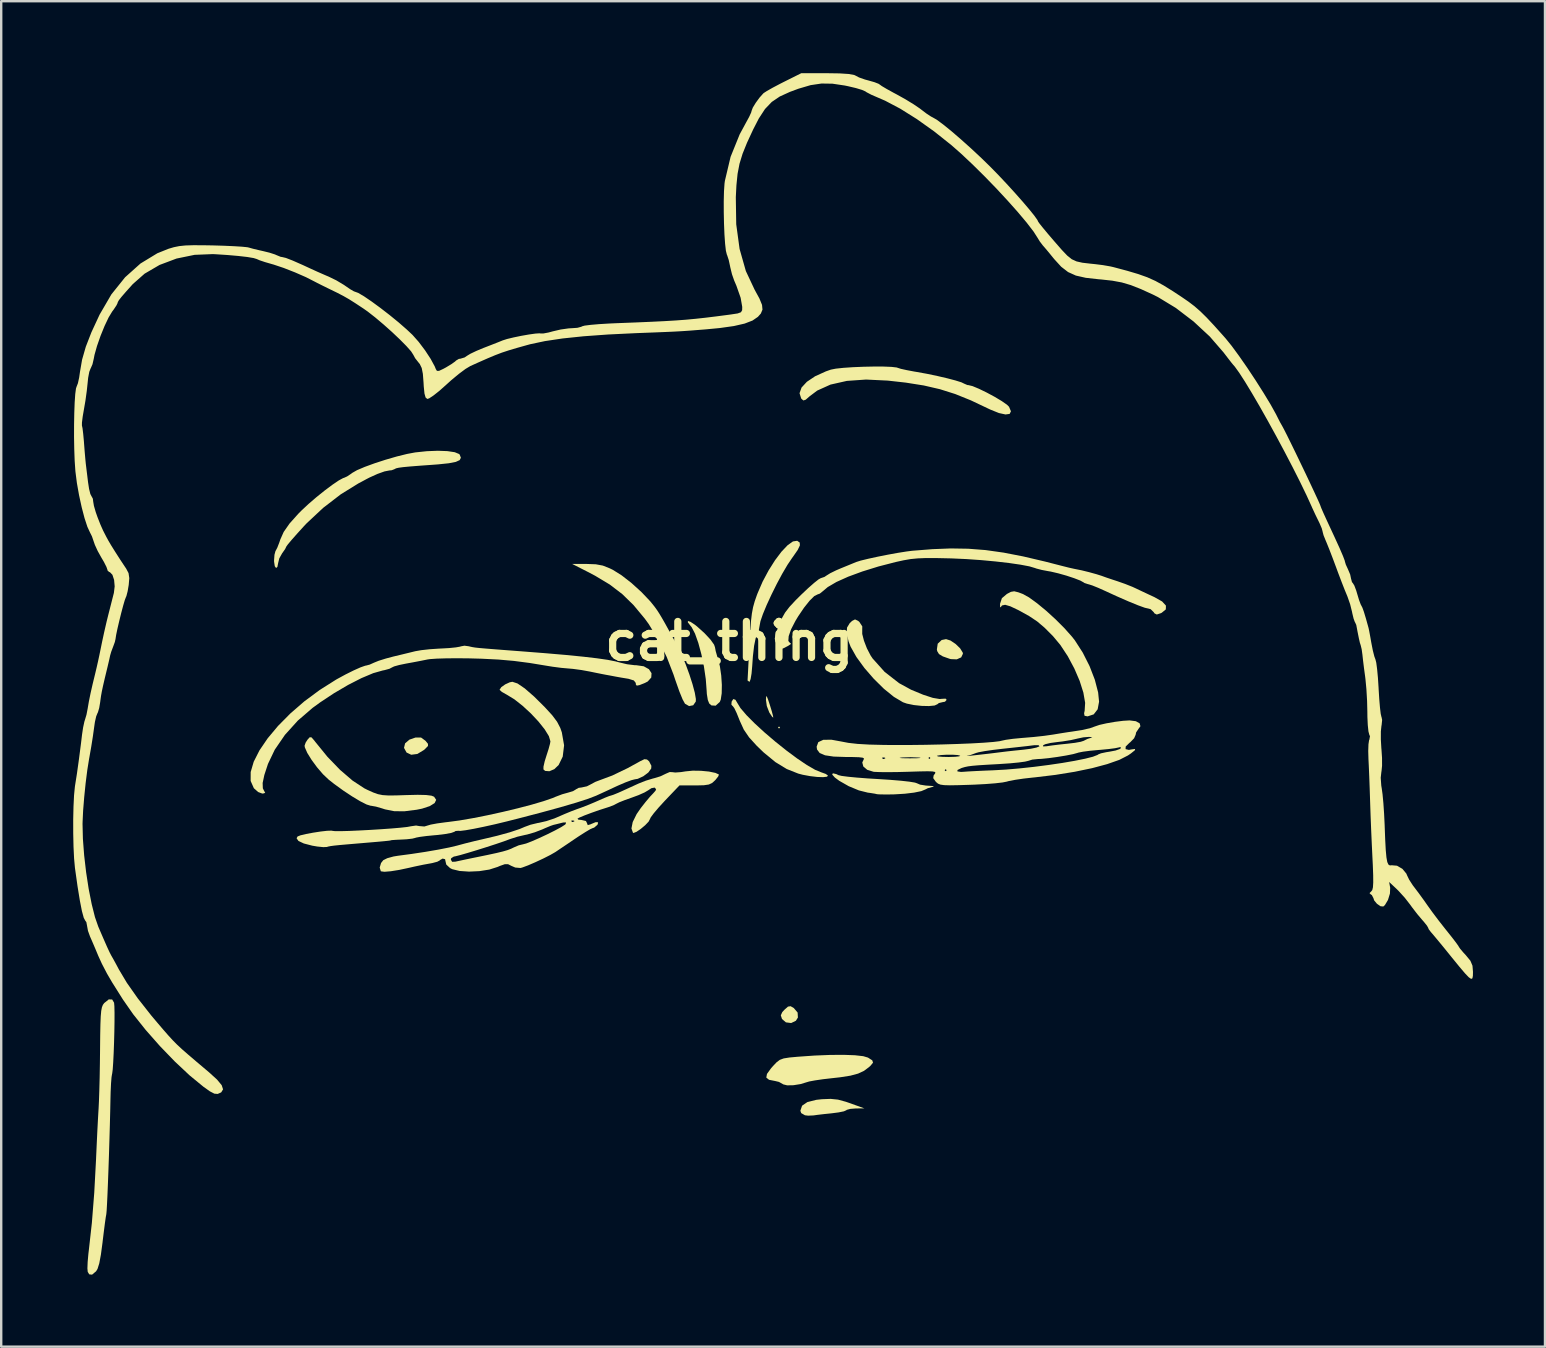
<source format=kicad_pcb>
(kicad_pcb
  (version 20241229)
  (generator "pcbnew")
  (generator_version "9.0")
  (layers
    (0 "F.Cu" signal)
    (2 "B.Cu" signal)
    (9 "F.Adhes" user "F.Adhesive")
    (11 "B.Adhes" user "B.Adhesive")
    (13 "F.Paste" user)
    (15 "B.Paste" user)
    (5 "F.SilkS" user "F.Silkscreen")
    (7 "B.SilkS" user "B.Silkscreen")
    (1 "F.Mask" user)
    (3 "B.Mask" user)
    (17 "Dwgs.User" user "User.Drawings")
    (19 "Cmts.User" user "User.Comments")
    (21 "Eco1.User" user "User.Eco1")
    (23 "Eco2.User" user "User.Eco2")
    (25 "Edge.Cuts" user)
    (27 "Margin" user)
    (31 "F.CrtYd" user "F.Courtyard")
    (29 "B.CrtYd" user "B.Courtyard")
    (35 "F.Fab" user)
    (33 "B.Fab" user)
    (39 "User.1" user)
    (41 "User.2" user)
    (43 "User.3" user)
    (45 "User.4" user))
  (footprint "cat_thing"
    (layer "F.Cu")
    (at 27.334 23.664)
    (property "Reference" "cat_thing" (at 0 0 0) (layer "F.SilkS") (effects (font (size 1.5 1.5) (thickness 0.3))))
    (attr board_only exclude_from_pos_files exclude_from_bom)
    (fp_poly (pts (xy 2.117 3.598) (xy 2.074 3.641) (xy 2.032 3.598) (xy 2.074 3.556)) (stroke (width 0) (type solid)) (fill yes) (layer "F.SilkS"))
    (fp_poly (pts (xy 1.613 2.419) (xy 1.694 2.664) (xy 1.775 2.929) (xy 1.825 3.12) (xy 1.833 3.19) (xy 1.781 3.141) (xy 1.682 2.993) (xy 1.668 2.969) (xy 1.565 2.702) (xy 1.529 2.442) (xy 1.537 2.308) (xy 1.561 2.296)) (stroke (width 0) (type solid)) (fill yes) (layer "F.SilkS"))
    (fp_poly (pts (xy -12.84 4.016) (xy -12.657 4.15) (xy -12.553 4.277) (xy -12.552 4.367) (xy -12.664 4.483) (xy -12.727 4.538) (xy -12.995 4.7) (xy -13.251 4.733) (xy -13.445 4.64) (xy -13.551 4.446) (xy -13.506 4.258) (xy -13.325 4.103) (xy -13.071 4.015)) (stroke (width 0) (type solid)) (fill yes) (layer "F.SilkS"))
    (fp_poly (pts (xy 2.69 15.287) (xy 2.849 15.474) (xy 2.861 15.681) (xy 2.777 15.816) (xy 2.58 15.911) (xy 2.362 15.883) (xy 2.199 15.744) (xy 2.196 15.737) (xy 2.149 15.59) (xy 2.21 15.455) (xy 2.301 15.356) (xy 2.448 15.226) (xy 2.558 15.21)) (stroke (width 0) (type solid)) (fill yes) (layer "F.SilkS"))
    (fp_poly (pts (xy 9.219 -0.026) (xy 9.433 0.118) (xy 9.621 0.301) (xy 9.728 0.475) (xy 9.737 0.523) (xy 9.664 0.676) (xy 9.48 0.758) (xy 9.234 0.749) (xy 9.186 0.736) (xy 8.899 0.635) (xy 8.739 0.538) (xy 8.665 0.416) (xy 8.651 0.347) (xy 8.686 0.106) (xy 8.851 -0.048) (xy 9.034 -0.085)) (stroke (width 0) (type solid)) (fill yes) (layer "F.SilkS"))
    (fp_poly (pts (xy 4.53 19.102) (xy 4.861 19.192) (xy 5.038 19.253) (xy 5.63 19.467) (xy 5.275 19.47) (xy 5.045 19.488) (xy 4.897 19.528) (xy 4.876 19.546) (xy 4.775 19.59) (xy 4.553 19.635) (xy 4.258 19.673) (xy 4.257 19.673) (xy 3.938 19.706) (xy 3.667 19.738) (xy 3.514 19.76) (xy 3.288 19.77) (xy 3.154 19.754) (xy 2.999 19.664) (xy 2.963 19.565) (xy 3.035 19.355) (xy 3.254 19.205) (xy 3.626 19.111) (xy 3.861 19.085) (xy 4.226 19.071)) (stroke (width 0) (type solid)) (fill yes) (layer "F.SilkS"))
    (fp_poly (pts (xy -1.614 -0.805) (xy -1.429 -0.683) (xy -1.343 -0.614) (xy -1.029 -0.331) (xy -0.784 -0.068) (xy -0.632 0.145) (xy -0.594 0.254) (xy -0.565 0.411) (xy -0.498 0.646) (xy -0.473 0.72) (xy -0.39 1.045) (xy -0.334 1.428) (xy -0.308 1.82) (xy -0.314 2.173) (xy -0.354 2.437) (xy -0.395 2.534) (xy -0.566 2.688) (xy -0.74 2.678) (xy -0.835 2.596) (xy -0.893 2.449) (xy -0.933 2.203) (xy -0.941 2.067) (xy -0.978 1.579) (xy -1.054 1.06) (xy -1.161 0.546) (xy -1.288 0.076) (xy -1.426 -0.313) (xy -1.567 -0.583) (xy -1.612 -0.638) (xy -1.726 -0.785) (xy -1.72 -0.84)) (stroke (width 0) (type solid)) (fill yes) (layer "F.SilkS"))
    (fp_poly (pts (xy -8.822 1.763) (xy -8.518 1.97) (xy -8.126 2.312) (xy -7.683 2.752) (xy -7.377 3.086) (xy -7.173 3.358) (xy -7.04 3.614) (xy -6.975 3.801) (xy -6.881 4.34) (xy -6.938 4.811) (xy -7.109 5.161) (xy -7.289 5.333) (xy -7.494 5.42) (xy -7.671 5.406) (xy -7.741 5.344) (xy -7.74 5.23) (xy -7.69 5.009) (xy -7.619 4.78) (xy -7.529 4.5) (xy -7.468 4.275) (xy -7.451 4.173) (xy -7.515 3.958) (xy -7.69 3.674) (xy -7.949 3.349) (xy -8.264 3.013) (xy -8.608 2.695) (xy -8.953 2.423) (xy -9.274 2.227) (xy -9.292 2.218) (xy -9.473 2.115) (xy -9.565 2.031) (xy -9.567 2.021) (xy -9.498 1.917) (xy -9.335 1.801) (xy -9.145 1.714) (xy -9.035 1.693)) (stroke (width 0) (type solid)) (fill yes) (layer "F.SilkS"))
    (fp_poly (pts (xy 0.257 2.441) (xy 0.332 2.566) (xy 0.467 2.788) (xy 0.718 3.082) (xy 1.06 3.426) (xy 1.466 3.799) (xy 1.912 4.18) (xy 2.372 4.548) (xy 2.821 4.882) (xy 3.232 5.16) (xy 3.581 5.362) (xy 3.832 5.464) (xy 4.018 5.531) (xy 4.112 5.597) (xy 4.076 5.647) (xy 3.914 5.666) (xy 3.665 5.658) (xy 3.368 5.623) (xy 3.063 5.567) (xy 2.876 5.518) (xy 2.393 5.326) (xy 1.922 5.038) (xy 1.429 4.632) (xy 1.144 4.357) (xy 0.827 4.008) (xy 0.606 3.684) (xy 0.437 3.314) (xy 0.423 3.278) (xy 0.311 3) (xy 0.214 2.797) (xy 0.152 2.711) (xy 0.148 2.71) (xy 0.09 2.647) (xy 0.099 2.52) (xy 0.166 2.415) (xy 0.169 2.413)) (stroke (width 0) (type solid)) (fill yes) (layer "F.SilkS"))
    (fp_poly (pts (xy 5.235 17.253) (xy 5.582 17.292) (xy 5.779 17.35) (xy 5.959 17.465) (xy 5.991 17.563) (xy 5.881 17.695) (xy 5.821 17.749) (xy 5.613 17.904) (xy 5.368 18.018) (xy 5.049 18.104) (xy 4.621 18.171) (xy 4.291 18.208) (xy 3.907 18.252) (xy 3.573 18.301) (xy 3.332 18.346) (xy 3.25 18.37) (xy 2.973 18.454) (xy 2.675 18.502) (xy 2.413 18.507) (xy 2.244 18.465) (xy 2.228 18.452) (xy 2.07 18.364) (xy 1.916 18.327) (xy 1.658 18.276) (xy 1.544 18.184) (xy 1.572 18.031) (xy 1.738 17.801) (xy 1.821 17.706) (xy 1.972 17.547) (xy 2.105 17.446) (xy 2.268 17.385) (xy 2.508 17.347) (xy 2.858 17.315) (xy 3.554 17.266) (xy 4.198 17.24) (xy 4.766 17.236)) (stroke (width 0) (type solid)) (fill yes) (layer "F.SilkS"))
    (fp_poly (pts (xy 4.459 5.538) (xy 4.552 5.583) (xy 4.681 5.614) (xy 4.95 5.649) (xy 5.326 5.685) (xy 5.781 5.72) (xy 6.212 5.746) (xy 6.719 5.779) (xy 7.16 5.816) (xy 7.509 5.855) (xy 7.738 5.893) (xy 7.817 5.92) (xy 7.952 5.978) (xy 8.185 6.016) (xy 8.293 6.023) (xy 8.486 6.036) (xy 8.526 6.057) (xy 8.467 6.073) (xy 8.271 6.128) (xy 8.17 6.179) (xy 8.001 6.249) (xy 7.703 6.31) (xy 7.317 6.357) (xy 6.884 6.383) (xy 6.745 6.386) (xy 6.454 6.387) (xy 6.24 6.383) (xy 6.149 6.375) (xy 6.149 6.374) (xy 6.062 6.354) (xy 5.865 6.323) (xy 5.773 6.311) (xy 5.4 6.218) (xy 4.979 6.043) (xy 4.585 5.819) (xy 4.402 5.684) (xy 4.29 5.559) (xy 4.317 5.505)) (stroke (width 0) (type solid)) (fill yes) (layer "F.SilkS"))
    (fp_poly (pts (xy 5.368 -0.847) (xy 5.421 -0.802) (xy 5.543 -0.616) (xy 5.541 -0.492) (xy 5.541 -0.3) (xy 5.613 -0.019) (xy 5.735 0.298) (xy 5.89 0.597) (xy 5.972 0.72) (xy 6.474 1.28) (xy 7.077 1.75) (xy 7.578 2.024) (xy 8.08 2.232) (xy 8.482 2.363) (xy 8.767 2.411) (xy 8.857 2.403) (xy 9.016 2.395) (xy 9.059 2.446) (xy 8.989 2.523) (xy 8.895 2.54) (xy 8.733 2.579) (xy 8.678 2.625) (xy 8.558 2.681) (xy 8.321 2.704) (xy 8.017 2.697) (xy 7.693 2.662) (xy 7.4 2.602) (xy 7.239 2.546) (xy 6.86 2.321) (xy 6.444 1.984) (xy 6.024 1.57) (xy 5.631 1.117) (xy 5.298 0.659) (xy 5.058 0.232) (xy 4.97 0.005) (xy 4.894 -0.33) (xy 4.908 -0.566) (xy 5.02 -0.751) (xy 5.119 -0.844) (xy 5.241 -0.906)) (stroke (width 0) (type solid)) (fill yes) (layer "F.SilkS"))
    (fp_poly (pts (xy -5.56 -3.203) (xy -5.268 -3.149) (xy -4.978 -3.034) (xy -4.845 -2.969) (xy -4.482 -2.741) (xy -4.069 -2.419) (xy -3.657 -2.045) (xy -3.293 -1.662) (xy -3.113 -1.439) (xy -3.017 -1.306) (xy -2.921 -1.16) (xy -2.809 -0.974) (xy -2.666 -0.724) (xy -2.478 -0.382) (xy -2.228 0.076) (xy -2.154 0.212) (xy -1.986 0.556) (xy -1.817 0.96) (xy -1.661 1.385) (xy -1.53 1.793) (xy -1.435 2.148) (xy -1.39 2.411) (xy -1.394 2.516) (xy -1.501 2.671) (xy -1.673 2.705) (xy -1.842 2.608) (xy -1.846 2.603) (xy -1.942 2.429) (xy -2.078 2.096) (xy -2.25 1.608) (xy -2.32 1.397) (xy -2.606 0.657) (xy -2.963 -0.07) (xy -3.358 -0.717) (xy -3.519 -0.938) (xy -3.986 -1.501) (xy -4.456 -1.96) (xy -4.975 -2.357) (xy -5.591 -2.727) (xy -5.918 -2.899) (xy -6.544 -3.217) (xy -5.937 -3.217)) (stroke (width 0) (type solid)) (fill yes) (layer "F.SilkS"))
    (fp_poly (pts (xy 12.044 -2.036) (xy 12.228 -1.967) (xy 12.489 -1.824) (xy 12.825 -1.58) (xy 13.206 -1.266) (xy 13.596 -0.91) (xy 13.964 -0.542) (xy 14.277 -0.19) (xy 14.4 -0.034) (xy 14.728 0.476) (xy 15.012 1.038) (xy 15.232 1.607) (xy 15.37 2.137) (xy 15.409 2.522) (xy 15.35 2.838) (xy 15.186 3.05) (xy 14.938 3.132) (xy 14.923 3.133) (xy 14.803 3.108) (xy 14.785 3.003) (xy 14.808 2.902) (xy 14.829 2.571) (xy 14.755 2.144) (xy 14.6 1.655) (xy 14.378 1.139) (xy 14.105 0.628) (xy 13.795 0.158) (xy 13.488 -0.21) (xy 13.14 -0.559) (xy 12.83 -0.822) (xy 12.494 -1.046) (xy 12.068 -1.282) (xy 12.045 -1.294) (xy 11.714 -1.451) (xy 11.496 -1.515) (xy 11.365 -1.488) (xy 11.313 -1.418) (xy 11.286 -1.413) (xy 11.283 -1.544) (xy 11.285 -1.562) (xy 11.36 -1.79) (xy 11.569 -1.967) (xy 11.737 -2.055) (xy 11.872 -2.078)) (stroke (width 0) (type solid)) (fill yes) (layer "F.SilkS"))
    (fp_poly (pts (xy -17.404 4.009) (xy -17.293 4.136) (xy -17.251 4.191) (xy -16.742 4.817) (xy -16.214 5.364) (xy -15.694 5.81) (xy -15.207 6.13) (xy -15.071 6.198) (xy -14.833 6.305) (xy -14.637 6.375) (xy -14.441 6.414) (xy -14.201 6.43) (xy -13.873 6.427) (xy -13.482 6.414) (xy -12.983 6.402) (xy -12.632 6.41) (xy -12.407 6.438) (xy -12.297 6.482) (xy -12.21 6.612) (xy -12.275 6.746) (xy -12.476 6.872) (xy -12.798 6.978) (xy -13.025 7.024) (xy -13.541 7.089) (xy -13.96 7.084) (xy -14.342 7.008) (xy -14.468 6.967) (xy -14.716 6.895) (xy -14.923 6.858) (xy -14.944 6.857) (xy -15.111 6.805) (xy -15.379 6.669) (xy -15.715 6.467) (xy -16.086 6.221) (xy -16.46 5.95) (xy -16.69 5.769) (xy -16.928 5.543) (xy -17.175 5.255) (xy -17.402 4.946) (xy -17.581 4.657) (xy -17.682 4.428) (xy -17.694 4.355) (xy -17.648 4.224) (xy -17.568 4.101) (xy -17.479 4.003)) (stroke (width 0) (type solid)) (fill yes) (layer "F.SilkS"))
    (fp_poly (pts (xy 2.836 -4.179) (xy 2.936 -4.109) (xy 2.944 -3.991) (xy 2.853 -3.801) (xy 2.655 -3.515) (xy 2.618 -3.465) (xy 2.425 -3.178) (xy 2.206 -2.805) (xy 1.978 -2.38) (xy 1.758 -1.936) (xy 1.56 -1.508) (xy 1.403 -1.129) (xy 1.301 -0.833) (xy 1.27 -0.669) (xy 1.23 -0.447) (xy 1.184 -0.336) (xy 1.1 -0.12) (xy 1.036 0.193) (xy 0.986 0.628) (xy 0.957 1.037) (xy 0.93 1.346) (xy 0.891 1.577) (xy 0.85 1.689) (xy 0.84 1.693) (xy 0.765 1.642) (xy 0.764 1.63) (xy 0.769 1.528) (xy 0.782 1.286) (xy 0.8 0.934) (xy 0.823 0.499) (xy 0.843 0.127) (xy 0.874 -0.42) (xy 0.906 -0.835) (xy 0.944 -1.156) (xy 0.994 -1.419) (xy 1.062 -1.663) (xy 1.154 -1.925) (xy 1.182 -1.998) (xy 1.392 -2.483) (xy 1.64 -2.947) (xy 1.906 -3.369) (xy 2.175 -3.726) (xy 2.43 -3.995) (xy 2.654 -4.155) (xy 2.829 -4.182)) (stroke (width 0) (type solid)) (fill yes) (layer "F.SilkS"))
    (fp_poly (pts (xy 6.43 -11.441) (xy 6.758 -11.428) (xy 6.975 -11.403) (xy 7.033 -11.384) (xy 7.153 -11.346) (xy 7.394 -11.293) (xy 7.711 -11.233) (xy 7.814 -11.216) (xy 8.239 -11.139) (xy 8.673 -11.048) (xy 9.081 -10.953) (xy 9.426 -10.862) (xy 9.675 -10.784) (xy 9.788 -10.729) (xy 9.921 -10.672) (xy 9.967 -10.668) (xy 10.138 -10.626) (xy 10.405 -10.515) (xy 10.726 -10.359) (xy 11.057 -10.181) (xy 11.353 -10.004) (xy 11.571 -9.852) (xy 11.657 -9.767) (xy 11.737 -9.577) (xy 11.683 -9.469) (xy 11.51 -9.445) (xy 11.235 -9.505) (xy 10.871 -9.652) (xy 10.787 -9.692) (xy 10.07 -10.032) (xy 9.417 -10.296) (xy 8.778 -10.498) (xy 8.107 -10.653) (xy 7.356 -10.772) (xy 6.608 -10.856) (xy 5.7 -10.9) (xy 4.901 -10.844) (xy 4.219 -10.69) (xy 3.665 -10.44) (xy 3.35 -10.203) (xy 3.187 -10.061) (xy 3.091 -10.028) (xy 3.014 -10.092) (xy 2.996 -10.116) (xy 2.929 -10.332) (xy 3.013 -10.567) (xy 3.234 -10.806) (xy 3.576 -11.036) (xy 4.025 -11.24) (xy 4.233 -11.313) (xy 4.439 -11.354) (xy 4.759 -11.388) (xy 5.156 -11.415) (xy 5.591 -11.433) (xy 6.029 -11.442)) (stroke (width 0) (type solid)) (fill yes) (layer "F.SilkS"))
    (fp_poly (pts (xy -25.711 14.929) (xy -25.631 15.063) (xy -25.618 15.209) (xy -25.612 15.484) (xy -25.613 15.854) (xy -25.62 16.28) (xy -25.632 16.729) (xy -25.648 17.162) (xy -25.667 17.545) (xy -25.687 17.84) (xy -25.709 18.013) (xy -25.715 18.034) (xy -25.737 18.168) (xy -25.758 18.43) (xy -25.774 18.777) (xy -25.781 19.05) (xy -25.792 19.582) (xy -25.807 20.169) (xy -25.825 20.785) (xy -25.844 21.406) (xy -25.865 22.007) (xy -25.886 22.565) (xy -25.906 23.055) (xy -25.925 23.452) (xy -25.941 23.732) (xy -25.954 23.87) (xy -25.955 23.876) (xy -25.978 24.006) (xy -26.015 24.267) (xy -26.06 24.621) (xy -26.11 25.031) (xy -26.111 25.047) (xy -26.18 25.562) (xy -26.248 25.925) (xy -26.321 26.157) (xy -26.38 26.254) (xy -26.548 26.395) (xy -26.666 26.382) (xy -26.729 26.277) (xy -26.742 26.135) (xy -26.732 25.871) (xy -26.702 25.533) (xy -26.682 25.367) (xy -26.556 24.235) (xy -26.457 22.983) (xy -26.382 21.588) (xy -26.379 21.505) (xy -26.355 20.978) (xy -26.33 20.442) (xy -26.304 19.951) (xy -26.282 19.56) (xy -26.276 19.473) (xy -26.261 19.16) (xy -26.246 18.717) (xy -26.232 18.187) (xy -26.222 17.609) (xy -26.215 17.024) (xy -26.215 17.004) (xy -26.209 16.41) (xy -26.2 15.962) (xy -26.187 15.637) (xy -26.167 15.409) (xy -26.138 15.257) (xy -26.098 15.155) (xy -26.044 15.081) (xy -26.041 15.078) (xy -25.854 14.927)) (stroke (width 0) (type solid)) (fill yes) (layer "F.SilkS"))
    (fp_poly (pts (xy -11.741 -7.918) (xy -11.435 -7.872) (xy -11.254 -7.797) (xy -11.23 -7.77) (xy -11.181 -7.642) (xy -11.23 -7.544) (xy -11.393 -7.469) (xy -11.686 -7.412) (xy -12.126 -7.366) (xy -12.339 -7.35) (xy -12.892 -7.31) (xy -13.3 -7.278) (xy -13.586 -7.251) (xy -13.771 -7.226) (xy -13.88 -7.201) (xy -13.937 -7.173) (xy -13.944 -7.167) (xy -14.066 -7.121) (xy -14.162 -7.112) (xy -14.365 -7.072) (xy -14.662 -6.966) (xy -14.998 -6.813) (xy -15.113 -6.753) (xy -15.336 -6.633) (xy -15.452 -6.572) (xy -16.186 -6.118) (xy -16.92 -5.553) (xy -17.596 -4.922) (xy -17.724 -4.787) (xy -18 -4.483) (xy -18.229 -4.224) (xy -18.388 -4.035) (xy -18.456 -3.94) (xy -18.457 -3.936) (xy -18.505 -3.836) (xy -18.62 -3.673) (xy -18.627 -3.664) (xy -18.748 -3.448) (xy -18.796 -3.248) (xy -18.826 -3.095) (xy -18.881 -3.048) (xy -18.935 -3.123) (xy -18.964 -3.309) (xy -18.965 -3.37) (xy -18.948 -3.6) (xy -18.906 -3.756) (xy -18.895 -3.772) (xy -18.83 -3.896) (xy -18.744 -4.118) (xy -18.706 -4.233) (xy -18.564 -4.551) (xy -18.32 -4.901) (xy -17.956 -5.308) (xy -17.812 -5.453) (xy -17.524 -5.721) (xy -17.195 -6.004) (xy -16.855 -6.277) (xy -16.535 -6.516) (xy -16.268 -6.697) (xy -16.085 -6.796) (xy -16.048 -6.806) (xy -15.919 -6.865) (xy -15.734 -6.99) (xy -15.709 -7.01) (xy -15.509 -7.124) (xy -15.184 -7.262) (xy -14.773 -7.412) (xy -14.317 -7.56) (xy -13.854 -7.694) (xy -13.426 -7.8) (xy -13.084 -7.864) (xy -12.599 -7.915) (xy -12.14 -7.933)) (stroke (width 0) (type solid)) (fill yes) (layer "F.SilkS"))
    (fp_poly (pts (xy -3.427 4.931) (xy -3.339 5.007) (xy -3.244 5.192) (xy -3.251 5.306) (xy -3.369 5.47) (xy -3.58 5.629) (xy -3.814 5.737) (xy -3.936 5.757) (xy -4.074 5.792) (xy -4.32 5.883) (xy -4.626 6.014) (xy -4.727 6.06) (xy -5.048 6.21) (xy -5.328 6.339) (xy -5.516 6.425) (xy -5.546 6.439) (xy -5.879 6.567) (xy -6.374 6.727) (xy -7.028 6.919) (xy -7.836 7.14) (xy -8.794 7.39) (xy -9.271 7.511) (xy -9.763 7.63) (xy -10.232 7.734) (xy -10.648 7.819) (xy -10.983 7.878) (xy -11.206 7.906) (xy -11.285 7.901) (xy -11.401 7.91) (xy -11.455 7.944) (xy -11.582 7.989) (xy -11.832 8.035) (xy -12.158 8.076) (xy -12.277 8.086) (xy -12.615 8.119) (xy -12.89 8.155) (xy -13.056 8.187) (xy -13.081 8.197) (xy -13.207 8.228) (xy -13.443 8.255) (xy -13.631 8.265) (xy -13.886 8.277) (xy -14.055 8.289) (xy -14.097 8.296) (xy -14.119 8.305) (xy -14.201 8.316) (xy -14.365 8.333) (xy -14.635 8.358) (xy -15.034 8.392) (xy -15.409 8.424) (xy -15.891 8.465) (xy -16.234 8.495) (xy -16.465 8.519) (xy -16.614 8.539) (xy -16.709 8.558) (xy -16.764 8.575) (xy -16.913 8.582) (xy -17.163 8.557) (xy -17.375 8.521) (xy -17.727 8.429) (xy -17.949 8.324) (xy -18.026 8.214) (xy -17.987 8.139) (xy -17.868 8.091) (xy -17.635 8.035) (xy -17.338 7.98) (xy -17.029 7.932) (xy -16.757 7.901) (xy -16.573 7.895) (xy -16.53 7.904) (xy -16.42 7.916) (xy -16.175 7.916) (xy -15.827 7.907) (xy -15.409 7.888) (xy -14.954 7.864) (xy -14.494 7.835) (xy -14.064 7.804) (xy -13.695 7.772) (xy -13.421 7.742) (xy -13.274 7.715) (xy -13.271 7.714) (xy -13.049 7.682) (xy -12.912 7.705) (xy -12.701 7.722) (xy -12.589 7.688) (xy -12.437 7.643) (xy -12.166 7.593) (xy -11.827 7.547) (xy -11.706 7.533) (xy -11.24 7.471) (xy -10.683 7.375) (xy -10.068 7.253) (xy -9.432 7.113) (xy -8.808 6.963) (xy -8.232 6.812) (xy -7.738 6.667) (xy -7.361 6.537) (xy -7.239 6.485) (xy -6.96 6.379) (xy -6.711 6.31) (xy -6.508 6.249) (xy -6.391 6.178) (xy -6.388 6.174) (xy -6.274 6.112) (xy -6.152 6.096) (xy -5.93 6.048) (xy -5.797 5.98) (xy -5.579 5.863) (xy -5.419 5.802) (xy -4.875 5.599) (xy -4.226 5.287) (xy -3.707 5.001) (xy -3.536 4.918)) (stroke (width 0) (type solid)) (fill yes) (layer "F.SilkS"))
    (fp_poly (pts (xy -10.854 0.213) (xy -10.772 0.233) (xy -10.689 0.25) (xy -10.581 0.267) (xy -10.425 0.284) (xy -10.199 0.304) (xy -9.879 0.33) (xy -9.442 0.364) (xy -8.866 0.408) (xy -8.678 0.422) (xy -7.659 0.502) (xy -6.797 0.576) (xy -6.085 0.647) (xy -5.51 0.714) (xy -5.062 0.779) (xy -4.732 0.844) (xy -4.572 0.887) (xy -4.258 0.962) (xy -3.945 1.001) (xy -3.868 1.003) (xy -3.562 1.047) (xy -3.347 1.168) (xy -3.238 1.335) (xy -3.249 1.516) (xy -3.396 1.68) (xy -3.511 1.74) (xy -3.739 1.831) (xy -3.853 1.853) (xy -3.891 1.806) (xy -3.895 1.74) (xy -3.974 1.638) (xy -4.195 1.569) (xy -4.212 1.566) (xy -4.486 1.521) (xy -4.726 1.478) (xy -4.741 1.475) (xy -4.983 1.429) (xy -5.129 1.403) (xy -5.305 1.369) (xy -5.579 1.314) (xy -5.806 1.267) (xy -6.158 1.203) (xy -6.513 1.155) (xy -6.689 1.14) (xy -6.994 1.113) (xy -7.362 1.065) (xy -7.578 1.03) (xy -8.314 0.909) (xy -8.972 0.823) (xy -9.619 0.766) (xy -10.323 0.731) (xy -10.832 0.717) (xy -11.331 0.712) (xy -11.795 0.716) (xy -12.187 0.728) (xy -12.471 0.748) (xy -12.573 0.763) (xy -12.843 0.818) (xy -13.193 0.885) (xy -13.462 0.934) (xy -13.749 0.993) (xy -13.963 1.052) (xy -14.054 1.096) (xy -14.158 1.151) (xy -14.363 1.207) (xy -14.436 1.221) (xy -14.832 1.333) (xy -15.324 1.54) (xy -15.878 1.823) (xy -16.463 2.166) (xy -17.045 2.551) (xy -17.357 2.778) (xy -17.975 3.31) (xy -18.511 3.903) (xy -18.937 4.524) (xy -19.219 5.115) (xy -19.37 5.576) (xy -19.441 5.909) (xy -19.433 6.131) (xy -19.386 6.226) (xy -19.334 6.322) (xy -19.427 6.35) (xy -19.457 6.35) (xy -19.626 6.287) (xy -19.8 6.134) (xy -19.809 6.123) (xy -19.941 5.824) (xy -19.939 5.452) (xy -19.813 5.023) (xy -19.573 4.55) (xy -19.232 4.049) (xy -18.8 3.532) (xy -18.287 3.014) (xy -17.706 2.51) (xy -17.065 2.035) (xy -16.378 1.601) (xy -16.341 1.58) (xy -15.99 1.389) (xy -15.651 1.22) (xy -15.364 1.092) (xy -15.168 1.023) (xy -15.123 1.015) (xy -14.984 0.978) (xy -14.803 0.897) (xy -14.605 0.817) (xy -14.308 0.724) (xy -13.999 0.642) (xy -13.645 0.557) (xy -13.305 0.474) (xy -13.081 0.419) (xy -12.834 0.376) (xy -12.485 0.337) (xy -12.1 0.311) (xy -12.014 0.307) (xy -11.671 0.288) (xy -11.388 0.259) (xy -11.212 0.228) (xy -11.184 0.217) (xy -11.032 0.189)) (stroke (width 0) (type solid)) (fill yes) (layer "F.SilkS"))
    (fp_poly (pts (xy 9.959 -3.851) (xy 10.681 -3.795) (xy 11.431 -3.689) (xy 12.245 -3.531) (xy 13.157 -3.317) (xy 13.885 -3.13) (xy 14.155 -3.062) (xy 14.38 -3.012) (xy 14.436 -3.001) (xy 14.679 -2.952) (xy 14.992 -2.875) (xy 15.299 -2.79) (xy 15.523 -2.719) (xy 15.536 -2.714) (xy 15.71 -2.651) (xy 15.975 -2.562) (xy 16.171 -2.498) (xy 16.493 -2.385) (xy 16.8 -2.263) (xy 16.933 -2.202) (xy 17.177 -2.086) (xy 17.492 -1.938) (xy 17.716 -1.834) (xy 18.037 -1.653) (xy 18.195 -1.481) (xy 18.19 -1.323) (xy 18.019 -1.183) (xy 17.984 -1.166) (xy 17.814 -1.11) (xy 17.718 -1.157) (xy 17.683 -1.21) (xy 17.558 -1.332) (xy 17.477 -1.355) (xy 17.317 -1.391) (xy 17.027 -1.496) (xy 16.624 -1.661) (xy 16.129 -1.878) (xy 15.683 -2.083) (xy 15.38 -2.219) (xy 15.13 -2.32) (xy 14.976 -2.369) (xy 14.959 -2.371) (xy 14.798 -2.424) (xy 14.77 -2.445) (xy 14.628 -2.524) (xy 14.37 -2.624) (xy 14.046 -2.731) (xy 13.705 -2.827) (xy 13.397 -2.899) (xy 13.293 -2.916) (xy 13.019 -2.968) (xy 12.793 -3.027) (xy 12.742 -3.046) (xy 12.507 -3.116) (xy 12.133 -3.187) (xy 11.652 -3.257) (xy 11.096 -3.321) (xy 10.495 -3.377) (xy 9.881 -3.42) (xy 9.284 -3.447) (xy 9.186 -3.45) (xy 8.627 -3.462) (xy 8.196 -3.463) (xy 7.853 -3.449) (xy 7.556 -3.42) (xy 7.266 -3.37) (xy 6.943 -3.299) (xy 6.218 -3.112) (xy 5.548 -2.904) (xy 4.956 -2.686) (xy 4.467 -2.466) (xy 4.103 -2.253) (xy 3.923 -2.101) (xy 3.775 -1.981) (xy 3.679 -1.947) (xy 3.542 -1.877) (xy 3.347 -1.684) (xy 3.116 -1.394) (xy 2.873 -1.035) (xy 2.759 -0.847) (xy 2.578 -0.497) (xy 2.477 -0.209) (xy 2.462 -0.008) (xy 2.536 0.082) (xy 2.561 0.085) (xy 2.57 0.118) (xy 2.454 0.196) (xy 2.424 0.212) (xy 2.236 0.307) (xy 2.133 0.318) (xy 2.051 0.232) (xy 1.983 0.129) (xy 1.917 0.01) (xy 1.897 -0.108) (xy 1.929 -0.272) (xy 2.018 -0.529) (xy 2.069 -0.663) (xy 2.189 -0.947) (xy 2.325 -1.188) (xy 2.508 -1.427) (xy 2.769 -1.708) (xy 2.998 -1.935) (xy 3.286 -2.207) (xy 3.537 -2.428) (xy 3.723 -2.575) (xy 3.814 -2.625) (xy 3.966 -2.676) (xy 4.057 -2.737) (xy 4.207 -2.83) (xy 4.453 -2.951) (xy 4.657 -3.038) (xy 4.941 -3.154) (xy 5.182 -3.253) (xy 5.292 -3.298) (xy 5.479 -3.357) (xy 5.791 -3.433) (xy 6.181 -3.518) (xy 6.608 -3.603) (xy 7.026 -3.679) (xy 7.393 -3.737) (xy 7.62 -3.766) (xy 8.464 -3.833) (xy 9.232 -3.863)) (stroke (width 0) (type solid)) (fill yes) (layer "F.SilkS"))
    (fp_poly (pts (xy -1.178 5.401) (xy -0.845 5.433) (xy -0.576 5.489) (xy -0.43 5.556) (xy -0.457 5.632) (xy -0.57 5.776) (xy -0.593 5.8) (xy -0.714 5.91) (xy -0.851 5.973) (xy -1.054 6.003) (xy -1.37 6.011) (xy -1.433 6.011) (xy -2.074 6.011) (xy -2.688 6.655) (xy -2.942 6.932) (xy -3.145 7.172) (xy -3.272 7.344) (xy -3.302 7.41) (xy -3.36 7.52) (xy -3.504 7.67) (xy -3.688 7.824) (xy -3.864 7.944) (xy -3.988 7.992) (xy -4.01 7.985) (xy -4.075 7.805) (xy -4.022 7.537) (xy -3.859 7.206) (xy -3.688 6.958) (xy -3.484 6.698) (xy -3.303 6.483) (xy -3.184 6.357) (xy -3.18 6.354) (xy -3.071 6.231) (xy -3.048 6.17) (xy -3.106 6.101) (xy -3.243 6.126) (xy -3.38 6.216) (xy -3.527 6.303) (xy -3.779 6.415) (xy -4.064 6.52) (xy -4.354 6.623) (xy -4.583 6.714) (xy -4.699 6.772) (xy -4.832 6.841) (xy -5.048 6.92) (xy -5.08 6.93) (xy -5.411 7.036) (xy -5.744 7.153) (xy -6.036 7.263) (xy -6.245 7.351) (xy -6.323 7.396) (xy -6.293 7.435) (xy -6.152 7.451) (xy -5.971 7.493) (xy -5.927 7.581) (xy -5.896 7.665) (xy -5.777 7.631) (xy -5.763 7.623) (xy -5.567 7.542) (xy -5.464 7.546) (xy -5.48 7.631) (xy -5.503 7.662) (xy -5.629 7.769) (xy -5.689 7.789) (xy -5.791 7.834) (xy -5.995 7.955) (xy -6.268 8.129) (xy -6.425 8.234) (xy -6.733 8.443) (xy -7.004 8.625) (xy -7.195 8.754) (xy -7.244 8.787) (xy -7.455 8.908) (xy -7.749 9.057) (xy -8.075 9.209) (xy -8.381 9.341) (xy -8.617 9.429) (xy -8.696 9.451) (xy -8.916 9.432) (xy -9.081 9.361) (xy -9.214 9.293) (xy -9.349 9.292) (xy -9.55 9.363) (xy -9.652 9.407) (xy -9.997 9.517) (xy -10.411 9.582) (xy -10.841 9.602) (xy -11.236 9.575) (xy -11.543 9.5) (xy -11.633 9.454) (xy -11.79 9.308) (xy -11.82 9.18) (xy -11.836 9.103) (xy -11.599 9.103) (xy -11.546 9.194) (xy -11.409 9.187) (xy -11.234 9.149) (xy -10.952 9.089) (xy -10.619 9.02) (xy -10.583 9.013) (xy -10.072 8.908) (xy -9.698 8.827) (xy -9.429 8.762) (xy -9.237 8.706) (xy -9.091 8.65) (xy -8.98 8.596) (xy -8.769 8.506) (xy -8.607 8.467) (xy -8.604 8.467) (xy -8.464 8.431) (xy -8.219 8.336) (xy -7.91 8.201) (xy -7.578 8.046) (xy -7.263 7.889) (xy -7.005 7.75) (xy -6.844 7.647) (xy -6.814 7.618) (xy -6.804 7.551) (xy -6.918 7.556) (xy -6.994 7.574) (xy -7.198 7.625) (xy -7.324 7.655) (xy -7.446 7.697) (xy -7.66 7.786) (xy -7.792 7.845) (xy -8.103 7.964) (xy -8.419 8.056) (xy -8.512 8.075) (xy -8.823 8.147) (xy -9.124 8.243) (xy -9.144 8.25) (xy -9.393 8.342) (xy -9.729 8.456) (xy -10.114 8.581) (xy -10.512 8.706) (xy -10.884 8.819) (xy -11.195 8.909) (xy -11.407 8.963) (xy -11.475 8.975) (xy -11.585 9.043) (xy -11.599 9.103) (xy -11.836 9.103) (xy -11.84 9.085) (xy -11.942 9.059) (xy -12.049 9.119) (xy -12.058 9.133) (xy -12.163 9.19) (xy -12.373 9.246) (xy -12.465 9.263) (xy -12.756 9.316) (xy -13.113 9.391) (xy -13.335 9.442) (xy -13.746 9.53) (xy -14.101 9.587) (xy -14.368 9.609) (xy -14.51 9.59) (xy -14.518 9.584) (xy -14.564 9.434) (xy -14.508 9.244) (xy -14.415 9.126) (xy -14.249 9.043) (xy -13.985 8.971) (xy -13.801 8.941) (xy -13.236 8.866) (xy -12.664 8.779) (xy -12.128 8.687) (xy -11.671 8.597) (xy -11.334 8.517) (xy -11.303 8.508) (xy -10.99 8.424) (xy -10.604 8.328) (xy -10.287 8.255) (xy -9.675 8.11) (xy -9.147 7.965) (xy -8.732 7.827) (xy -8.523 7.738) (xy -8.278 7.648) (xy -7.982 7.577) (xy -7.93 7.569) (xy -7.626 7.499) (xy -7.564 7.479) (xy -6.576 7.479) (xy -6.564 7.529) (xy -6.519 7.535) (xy -6.45 7.504) (xy -6.463 7.479) (xy -6.563 7.469) (xy -6.576 7.479) (xy -7.564 7.479) (xy -7.292 7.389) (xy -7.197 7.349) (xy -6.85 7.198) (xy -6.589 7.091) (xy -6.345 6.999) (xy -6.181 6.941) (xy -5.93 6.846) (xy -5.616 6.715) (xy -5.438 6.637) (xy -5.187 6.527) (xy -5.002 6.454) (xy -4.935 6.435) (xy -4.832 6.402) (xy -4.63 6.32) (xy -4.493 6.259) (xy -4.177 6.115) (xy -3.856 5.968) (xy -3.768 5.928) (xy -3.475 5.813) (xy -3.184 5.724) (xy -3.134 5.712) (xy -2.873 5.633) (xy -2.654 5.529) (xy -2.651 5.527) (xy -2.481 5.453) (xy -2.375 5.458) (xy -2.249 5.473) (xy -2.016 5.456) (xy -1.816 5.425) (xy -1.52 5.396)) (stroke (width 0) (type solid)) (fill yes) (layer "F.SilkS"))
    (fp_poly (pts (xy 16.943 3.336) (xy 17.101 3.425) (xy 17.132 3.545) (xy 17.061 3.64) (xy 16.952 3.804) (xy 16.933 3.899) (xy 16.869 4.046) (xy 16.71 4.21) (xy 16.672 4.239) (xy 16.518 4.391) (xy 16.513 4.498) (xy 16.649 4.531) (xy 16.773 4.509) (xy 16.911 4.491) (xy 16.899 4.547) (xy 16.736 4.678) (xy 16.611 4.763) (xy 16.253 4.946) (xy 15.748 5.123) (xy 15.121 5.291) (xy 14.394 5.442) (xy 13.59 5.572) (xy 12.733 5.675) (xy 12.658 5.682) (xy 12.266 5.726) (xy 11.912 5.778) (xy 11.647 5.829) (xy 11.557 5.854) (xy 11.383 5.888) (xy 11.078 5.923) (xy 10.678 5.954) (xy 10.222 5.978) (xy 10.032 5.985) (xy 9.541 6) (xy 9.191 6.006) (xy 8.953 5.999) (xy 8.799 5.977) (xy 8.699 5.937) (xy 8.626 5.877) (xy 8.602 5.852) (xy 8.499 5.707) (xy 8.516 5.594) (xy 8.558 5.538) (xy 8.591 5.484) (xy 8.568 5.448) (xy 8.466 5.428) (xy 8.457 5.427) (xy 9.507 5.427) (xy 9.654 5.449) (xy 9.758 5.443) (xy 9.954 5.429) (xy 10.271 5.412) (xy 10.664 5.394) (xy 11.007 5.38) (xy 11.53 5.351) (xy 12.105 5.301) (xy 12.706 5.236) (xy 13.304 5.159) (xy 13.874 5.075) (xy 14.39 4.986) (xy 14.826 4.898) (xy 15.153 4.815) (xy 15.347 4.74) (xy 15.376 4.718) (xy 15.489 4.673) (xy 15.708 4.626) (xy 15.847 4.604) (xy 16.098 4.556) (xy 16.273 4.494) (xy 16.314 4.462) (xy 16.305 4.41) (xy 16.225 4.429) (xy 16.077 4.46) (xy 15.81 4.495) (xy 15.477 4.527) (xy 15.386 4.534) (xy 15.039 4.566) (xy 14.741 4.605) (xy 14.546 4.644) (xy 14.52 4.653) (xy 14.331 4.706) (xy 14.028 4.766) (xy 13.668 4.825) (xy 13.307 4.874) (xy 13.001 4.905) (xy 12.862 4.911) (xy 12.627 4.935) (xy 12.462 4.986) (xy 12.325 5.019) (xy 12.058 5.055) (xy 11.697 5.09) (xy 11.281 5.118) (xy 11.261 5.12) (xy 10.758 5.148) (xy 10.393 5.171) (xy 10.135 5.193) (xy 9.954 5.216) (xy 9.819 5.244) (xy 9.698 5.28) (xy 9.673 5.289) (xy 9.51 5.368) (xy 9.507 5.427) (xy 8.457 5.427) (xy 8.263 5.421) (xy 7.936 5.427) (xy 7.493 5.441) (xy 7.034 5.453) (xy 6.611 5.458) (xy 6.265 5.455) (xy 6.037 5.445) (xy 6.008 5.441) (xy 5.8 5.376) (xy 8.975 5.376) (xy 9.017 5.419) (xy 9.059 5.376) (xy 9.017 5.334) (xy 8.975 5.376) (xy 5.8 5.376) (xy 5.75 5.361) (xy 5.586 5.221) (xy 5.543 5.054) (xy 5.594 4.946) (xy 5.617 4.891) (xy 5.562 4.856) (xy 5.552 4.854) (xy 6.378 4.854) (xy 6.39 4.905) (xy 6.435 4.911) (xy 6.504 4.88) (xy 6.495 4.863) (xy 7.091 4.863) (xy 7.159 4.874) (xy 7.364 4.88) (xy 7.535 4.881) (xy 7.81 4.878) (xy 7.958 4.869) (xy 7.959 4.868) (xy 8.297 4.868) (xy 8.34 4.911) (xy 8.382 4.868) (xy 8.34 4.826) (xy 8.297 4.868) (xy 7.959 4.868) (xy 7.963 4.857) (xy 7.895 4.849) (xy 7.558 4.835) (xy 7.211 4.846) (xy 7.176 4.849) (xy 7.091 4.863) (xy 6.495 4.863) (xy 6.491 4.854) (xy 6.391 4.844) (xy 6.378 4.854) (xy 5.552 4.854) (xy 5.404 4.836) (xy 5.116 4.827) (xy 4.855 4.826) (xy 4.349 4.809) (xy 4.169 4.782) (xy 8.651 4.782) (xy 8.705 4.805) (xy 8.888 4.82) (xy 9.144 4.826) (xy 9.41 4.818) (xy 9.584 4.799) (xy 9.609 4.783) (xy 9.894 4.783) (xy 9.919 4.785) (xy 10.044 4.774) (xy 10.29 4.747) (xy 10.679 4.703) (xy 10.795 4.69) (xy 11.067 4.657) (xy 11.345 4.622) (xy 11.582 4.593) (xy 11.914 4.557) (xy 12.258 4.522) (xy 12.566 4.483) (xy 12.802 4.433) (xy 12.917 4.387) (xy 13.077 4.387) (xy 13.231 4.378) (xy 13.25 4.374) (xy 13.466 4.343) (xy 13.78 4.305) (xy 14.097 4.272) (xy 14.404 4.236) (xy 14.647 4.192) (xy 14.773 4.151) (xy 14.774 4.149) (xy 14.924 4.074) (xy 15.028 4.041) (xy 15.125 4.009) (xy 15.064 3.994) (xy 14.985 3.989) (xy 14.756 4.007) (xy 14.49 4.063) (xy 14.477 4.067) (xy 14.224 4.124) (xy 13.892 4.177) (xy 13.674 4.203) (xy 13.388 4.241) (xy 13.169 4.293) (xy 13.081 4.335) (xy 13.077 4.387) (xy 12.917 4.387) (xy 12.922 4.385) (xy 12.926 4.38) (xy 12.889 4.335) (xy 12.712 4.335) (xy 12.648 4.342) (xy 12.426 4.37) (xy 12.087 4.408) (xy 11.684 4.452) (xy 11.388 4.484) (xy 10.992 4.531) (xy 10.646 4.581) (xy 10.393 4.628) (xy 10.287 4.658) (xy 10.063 4.74) (xy 9.948 4.77) (xy 9.894 4.783) (xy 9.609 4.783) (xy 9.627 4.773) (xy 9.518 4.745) (xy 9.303 4.731) (xy 9.048 4.732) (xy 8.815 4.746) (xy 8.669 4.772) (xy 8.651 4.782) (xy 4.169 4.782) (xy 3.992 4.756) (xy 3.767 4.659) (xy 3.658 4.513) (xy 3.641 4.396) (xy 3.711 4.207) (xy 3.92 4.11) (xy 4.261 4.107) (xy 4.651 4.178) (xy 4.965 4.238) (xy 5.348 4.281) (xy 5.831 4.309) (xy 6.441 4.324) (xy 6.789 4.327) (xy 7.476 4.327) (xy 8.175 4.319) (xy 8.861 4.304) (xy 9.51 4.284) (xy 10.099 4.26) (xy 10.604 4.231) (xy 11 4.2) (xy 11.264 4.168) (xy 11.345 4.149) (xy 11.527 4.11) (xy 11.823 4.069) (xy 12.176 4.035) (xy 12.277 4.027) (xy 12.692 3.992) (xy 13.12 3.945) (xy 13.473 3.895) (xy 13.504 3.89) (xy 13.824 3.837) (xy 14.111 3.792) (xy 14.254 3.772) (xy 14.688 3.705) (xy 15.029 3.628) (xy 15.229 3.556) (xy 15.418 3.491) (xy 15.717 3.423) (xy 16.068 3.362) (xy 16.413 3.318) (xy 16.683 3.302)) (stroke (width 0) (type solid)) (fill yes) (layer "F.SilkS"))
    (fp_poly (pts (xy 4.6 -23.656) (xy 4.982 -23.631) (xy 5.209 -23.589) (xy 5.259 -23.565) (xy 5.408 -23.487) (xy 5.653 -23.401) (xy 5.801 -23.361) (xy 6.05 -23.29) (xy 6.222 -23.223) (xy 6.265 -23.194) (xy 6.355 -23.129) (xy 6.559 -23.008) (xy 6.84 -22.853) (xy 6.985 -22.776) (xy 7.34 -22.578) (xy 7.682 -22.369) (xy 7.95 -22.187) (xy 8.001 -22.147) (xy 8.223 -21.979) (xy 8.408 -21.858) (xy 8.472 -21.825) (xy 8.644 -21.727) (xy 8.913 -21.528) (xy 9.256 -21.25) (xy 9.651 -20.91) (xy 10.075 -20.53) (xy 10.505 -20.129) (xy 10.869 -19.774) (xy 11.205 -19.431) (xy 11.556 -19.058) (xy 11.902 -18.679) (xy 12.222 -18.317) (xy 12.499 -17.992) (xy 12.711 -17.729) (xy 12.839 -17.549) (xy 12.869 -17.483) (xy 12.922 -17.406) (xy 13.065 -17.227) (xy 13.277 -16.972) (xy 13.537 -16.668) (xy 13.565 -16.636) (xy 13.86 -16.298) (xy 14.082 -16.065) (xy 14.272 -15.913) (xy 14.471 -15.822) (xy 14.717 -15.767) (xy 15.052 -15.728) (xy 15.24 -15.709) (xy 15.568 -15.668) (xy 15.879 -15.614) (xy 16.002 -15.586) (xy 16.583 -15.431) (xy 17.041 -15.295) (xy 17.418 -15.161) (xy 17.756 -15.009) (xy 18.097 -14.822) (xy 18.484 -14.582) (xy 18.836 -14.35) (xy 19.129 -14.149) (xy 19.384 -13.955) (xy 19.629 -13.741) (xy 19.893 -13.481) (xy 20.203 -13.15) (xy 20.587 -12.721) (xy 20.684 -12.611) (xy 20.935 -12.301) (xy 21.243 -11.881) (xy 21.585 -11.389) (xy 21.934 -10.862) (xy 22.266 -10.339) (xy 22.557 -9.858) (xy 22.781 -9.455) (xy 22.843 -9.331) (xy 22.951 -9.119) (xy 23.033 -8.975) (xy 23.105 -8.842) (xy 23.232 -8.593) (xy 23.399 -8.255) (xy 23.594 -7.855) (xy 23.803 -7.421) (xy 24.015 -6.98) (xy 24.214 -6.559) (xy 24.389 -6.185) (xy 24.527 -5.887) (xy 24.614 -5.69) (xy 24.638 -5.624) (xy 24.672 -5.534) (xy 24.761 -5.33) (xy 24.888 -5.052) (xy 24.925 -4.972) (xy 25.214 -4.35) (xy 25.43 -3.877) (xy 25.572 -3.546) (xy 25.644 -3.356) (xy 25.654 -3.309) (xy 25.69 -3.19) (xy 25.777 -3.001) (xy 25.78 -2.994) (xy 25.871 -2.779) (xy 25.907 -2.608) (xy 25.946 -2.46) (xy 25.981 -2.42) (xy 26.044 -2.318) (xy 26.123 -2.109) (xy 26.164 -1.971) (xy 26.24 -1.717) (xy 26.31 -1.531) (xy 26.336 -1.482) (xy 26.381 -1.395) (xy 26.442 -1.225) (xy 26.527 -0.944) (xy 26.637 -0.55) (xy 26.663 -0.428) (xy 26.707 -0.192) (xy 26.754 0.076) (xy 26.814 0.382) (xy 26.878 0.635) (xy 26.925 0.764) (xy 26.959 0.901) (xy 26.994 1.169) (xy 27.028 1.532) (xy 27.055 1.952) (xy 27.057 2) (xy 27.083 2.415) (xy 27.113 2.769) (xy 27.144 3.027) (xy 27.173 3.155) (xy 27.177 3.16) (xy 27.203 3.282) (xy 27.182 3.491) (xy 27.174 3.53) (xy 27.15 3.76) (xy 27.149 4.092) (xy 27.17 4.458) (xy 27.175 4.509) (xy 27.199 4.866) (xy 27.2 5.188) (xy 27.178 5.414) (xy 27.172 5.439) (xy 27.144 5.691) (xy 27.167 6.018) (xy 27.185 6.125) (xy 27.22 6.378) (xy 27.255 6.751) (xy 27.285 7.197) (xy 27.308 7.666) (xy 27.309 7.705) (xy 27.331 8.282) (xy 27.354 8.71) (xy 27.382 9.01) (xy 27.417 9.202) (xy 27.464 9.307) (xy 27.526 9.345) (xy 27.603 9.337) (xy 27.822 9.356) (xy 28.046 9.486) (xy 28.211 9.684) (xy 28.241 9.756) (xy 28.33 9.94) (xy 28.482 10.175) (xy 28.547 10.26) (xy 28.734 10.508) (xy 28.957 10.815) (xy 29.099 11.018) (xy 29.3 11.298) (xy 29.561 11.644) (xy 29.834 11.992) (xy 29.9 12.074) (xy 30.116 12.345) (xy 30.284 12.564) (xy 30.381 12.701) (xy 30.395 12.729) (xy 30.449 12.81) (xy 30.584 12.97) (xy 30.692 13.087) (xy 30.88 13.315) (xy 30.967 13.522) (xy 30.988 13.781) (xy 30.984 13.949) (xy 30.963 14.049) (xy 30.911 14.072) (xy 30.813 14.005) (xy 30.655 13.84) (xy 30.422 13.565) (xy 30.1 13.17) (xy 30.033 13.087) (xy 29.765 12.756) (xy 29.527 12.467) (xy 29.344 12.248) (xy 29.241 12.128) (xy 29.235 12.122) (xy 29.142 11.999) (xy 29.125 11.951) (xy 29.073 11.857) (xy 28.941 11.692) (xy 28.873 11.615) (xy 28.665 11.369) (xy 28.443 11.08) (xy 28.373 10.982) (xy 28.149 10.694) (xy 27.888 10.406) (xy 27.81 10.329) (xy 27.495 10.033) (xy 27.538 10.273) (xy 27.528 10.516) (xy 27.446 10.783) (xy 27.319 10.996) (xy 27.252 11.056) (xy 27.134 11.044) (xy 26.986 10.941) (xy 26.87 10.8) (xy 26.839 10.704) (xy 26.773 10.578) (xy 26.733 10.555) (xy 26.677 10.498) (xy 26.747 10.428) (xy 26.792 10.37) (xy 26.82 10.255) (xy 26.832 10.057) (xy 26.83 9.753) (xy 26.814 9.319) (xy 26.798 9.004) (xy 26.771 8.436) (xy 26.744 7.825) (xy 26.721 7.237) (xy 26.704 6.738) (xy 26.701 6.646) (xy 26.685 6.156) (xy 26.666 5.642) (xy 26.646 5.174) (xy 26.633 4.914) (xy 26.624 4.576) (xy 26.633 4.3) (xy 26.658 4.131) (xy 26.67 4.107) (xy 26.696 3.961) (xy 26.666 3.892) (xy 26.632 3.757) (xy 26.605 3.497) (xy 26.589 3.156) (xy 26.587 2.948) (xy 26.576 2.493) (xy 26.548 2.009) (xy 26.508 1.582) (xy 26.496 1.484) (xy 26.448 1.13) (xy 26.408 0.806) (xy 26.383 0.578) (xy 26.382 0.567) (xy 26.35 0.335) (xy 26.309 0.169) (xy 26.275 0.063) (xy 26.235 -0.112) (xy 26.179 -0.39) (xy 26.125 -0.677) (xy 26.078 -0.779) (xy 26.063 -0.805) (xy 26.014 -0.938) (xy 25.96 -1.162) (xy 25.947 -1.228) (xy 25.87 -1.537) (xy 25.758 -1.859) (xy 25.739 -1.905) (xy 25.646 -2.13) (xy 25.516 -2.462) (xy 25.369 -2.849) (xy 25.28 -3.09) (xy 25.137 -3.473) (xy 25.002 -3.823) (xy 24.893 -4.093) (xy 24.846 -4.204) (xy 24.762 -4.412) (xy 24.723 -4.56) (xy 24.723 -4.568) (xy 24.687 -4.7) (xy 24.597 -4.911) (xy 24.564 -4.979) (xy 24.422 -5.269) (xy 24.287 -5.561) (xy 24.276 -5.588) (xy 24.054 -6.075) (xy 23.783 -6.635) (xy 23.474 -7.247) (xy 23.139 -7.89) (xy 22.79 -8.542) (xy 22.439 -9.181) (xy 22.097 -9.787) (xy 21.776 -10.337) (xy 21.489 -10.81) (xy 21.247 -11.185) (xy 21.063 -11.44) (xy 20.997 -11.515) (xy 20.928 -11.599) (xy 20.787 -11.78) (xy 20.603 -12.02) (xy 20.592 -12.034) (xy 20.023 -12.691) (xy 19.345 -13.32) (xy 18.609 -13.882) (xy 17.864 -14.335) (xy 17.653 -14.441) (xy 17.146 -14.672) (xy 16.732 -14.835) (xy 16.355 -14.946) (xy 15.962 -15.019) (xy 15.498 -15.07) (xy 15.388 -15.079) (xy 14.853 -15.139) (xy 14.443 -15.232) (xy 14.117 -15.379) (xy 13.831 -15.6) (xy 13.543 -15.915) (xy 13.493 -15.976) (xy 13.301 -16.212) (xy 13.138 -16.405) (xy 13.059 -16.495) (xy 12.934 -16.661) (xy 12.855 -16.792) (xy 12.677 -17.069) (xy 12.394 -17.437) (xy 12.027 -17.874) (xy 11.597 -18.357) (xy 11.126 -18.865) (xy 10.632 -19.374) (xy 10.138 -19.862) (xy 9.665 -20.307) (xy 9.254 -20.669) (xy 8.536 -21.24) (xy 7.817 -21.752) (xy 7.126 -22.185) (xy 6.495 -22.518) (xy 6.181 -22.654) (xy 5.926 -22.764) (xy 5.725 -22.869) (xy 5.673 -22.905) (xy 5.535 -22.967) (xy 5.277 -23.045) (xy 4.946 -23.123) (xy 4.811 -23.151) (xy 4.301 -23.227) (xy 3.846 -23.234) (xy 3.391 -23.167) (xy 2.882 -23.017) (xy 2.529 -22.886) (xy 2.107 -22.694) (xy 1.772 -22.467) (xy 1.49 -22.172) (xy 1.231 -21.775) (xy 0.997 -21.32) (xy 0.74 -20.766) (xy 0.555 -20.307) (xy 0.428 -19.892) (xy 0.347 -19.471) (xy 0.299 -18.993) (xy 0.274 -18.497) (xy 0.291 -17.37) (xy 0.431 -16.342) (xy 0.692 -15.421) (xy 1.056 -14.646) (xy 1.258 -14.276) (xy 1.366 -14.011) (xy 1.385 -13.814) (xy 1.317 -13.651) (xy 1.195 -13.513) (xy 0.971 -13.359) (xy 0.642 -13.232) (xy 0.192 -13.129) (xy -0.397 -13.046) (xy -0.974 -12.991) (xy -1.331 -12.963) (xy -1.616 -12.94) (xy -1.862 -12.923) (xy -2.103 -12.908) (xy -2.37 -12.894) (xy -2.697 -12.88) (xy -3.117 -12.863) (xy -3.663 -12.842) (xy -3.873 -12.834) (xy -5.051 -12.777) (xy -6.071 -12.703) (xy -6.944 -12.612) (xy -7.679 -12.502) (xy -8.288 -12.373) (xy -8.424 -12.336) (xy -8.855 -12.215) (xy -9.19 -12.115) (xy -9.475 -12.021) (xy -9.753 -11.915) (xy -10.068 -11.783) (xy -10.465 -11.608) (xy -10.788 -11.462) (xy -10.99 -11.341) (xy -11.269 -11.133) (xy -11.583 -10.872) (xy -11.786 -10.689) (xy -12.07 -10.436) (xy -12.319 -10.238) (xy -12.502 -10.117) (xy -12.58 -10.091) (xy -12.651 -10.151) (xy -12.698 -10.315) (xy -12.728 -10.61) (xy -12.737 -10.768) (xy -12.765 -11.136) (xy -12.813 -11.38) (xy -12.893 -11.546) (xy -12.945 -11.609) (xy -13.087 -11.789) (xy -13.164 -11.932) (xy -13.255 -12.074) (xy -13.452 -12.296) (xy -13.727 -12.574) (xy -14.052 -12.882) (xy -14.402 -13.194) (xy -14.749 -13.487) (xy -15.065 -13.734) (xy -15.237 -13.855) (xy -15.581 -14.082) (xy -15.84 -14.246) (xy -16.069 -14.377) (xy -16.322 -14.509) (xy -16.656 -14.672) (xy -16.679 -14.683) (xy -16.95 -14.816) (xy -17.171 -14.927) (xy -17.272 -14.98) (xy -17.635 -15.165) (xy -18.089 -15.364) (xy -18.561 -15.549) (xy -18.979 -15.689) (xy -19.05 -15.709) (xy -19.343 -15.794) (xy -19.572 -15.871) (xy -19.685 -15.921) (xy -19.817 -15.962) (xy -20.086 -16.007) (xy -20.461 -16.05) (xy -20.909 -16.089) (xy -21.399 -16.121) (xy -21.511 -16.127) (xy -22.276 -16.096) (xy -23.03 -15.941) (xy -23.736 -15.675) (xy -24.359 -15.311) (xy -24.85 -14.878) (xy -25.134 -14.562) (xy -25.321 -14.346) (xy -25.429 -14.208) (xy -25.477 -14.124) (xy -25.485 -14.087) (xy -25.532 -13.99) (xy -25.65 -13.813) (xy -25.711 -13.732) (xy -25.859 -13.487) (xy -26.028 -13.13) (xy -26.196 -12.717) (xy -26.342 -12.299) (xy -26.446 -11.93) (xy -26.477 -11.769) (xy -26.531 -11.536) (xy -26.603 -11.371) (xy -26.609 -11.363) (xy -26.664 -11.221) (xy -26.711 -10.974) (xy -26.732 -10.77) (xy -26.768 -10.429) (xy -26.825 -10.017) (xy -26.886 -9.662) (xy -26.939 -9.354) (xy -26.969 -9.113) (xy -26.971 -8.986) (xy -26.969 -8.979) (xy -26.946 -8.872) (xy -26.918 -8.642) (xy -26.889 -8.332) (xy -26.883 -8.249) (xy -26.856 -7.9) (xy -26.829 -7.592) (xy -26.809 -7.386) (xy -26.806 -7.366) (xy -26.782 -7.168) (xy -26.746 -6.875) (xy -26.716 -6.625) (xy -26.672 -6.342) (xy -26.62 -6.132) (xy -26.577 -6.049) (xy -26.515 -5.935) (xy -26.501 -5.817) (xy -26.471 -5.639) (xy -26.394 -5.373) (xy -26.321 -5.166) (xy -26.197 -4.851) (xy -26.088 -4.607) (xy -25.955 -4.347) (xy -25.87 -4.191) (xy -25.755 -3.995) (xy -25.578 -3.712) (xy -25.374 -3.394) (xy -25.176 -3.095) (xy -25.126 -3.021) (xy -25.028 -2.835) (xy -24.997 -2.627) (xy -25.021 -2.343) (xy -25.066 -2.078) (xy -25.117 -1.88) (xy -25.143 -1.82) (xy -25.185 -1.71) (xy -25.252 -1.48) (xy -25.333 -1.174) (xy -25.416 -0.838) (xy -25.491 -0.518) (xy -25.545 -0.258) (xy -25.569 -0.104) (xy -25.569 -0.096) (xy -25.6 0.038) (xy -25.669 0.227) (xy -25.75 0.442) (xy -25.794 0.593) (xy -25.828 0.751) (xy -25.885 0.994) (xy -25.905 1.079) (xy -26.015 1.533) (xy -26.091 1.861) (xy -26.142 2.1) (xy -26.176 2.29) (xy -26.201 2.468) (xy -26.209 2.535) (xy -26.251 2.785) (xy -26.304 2.965) (xy -26.323 3.001) (xy -26.377 3.135) (xy -26.429 3.366) (xy -26.445 3.471) (xy -26.516 3.979) (xy -26.583 4.402) (xy -26.657 4.823) (xy -26.673 4.911) (xy -26.746 5.364) (xy -26.816 5.916) (xy -26.876 6.504) (xy -26.921 7.066) (xy -26.943 7.537) (xy -26.945 7.62) (xy -26.93 8.239) (xy -26.878 8.921) (xy -26.796 9.627) (xy -26.69 10.318) (xy -26.564 10.955) (xy -26.427 11.499) (xy -26.289 11.896) (xy -26.08 12.38) (xy -25.927 12.729) (xy -25.819 12.962) (xy -25.747 13.101) (xy -25.734 13.123) (xy -25.652 13.267) (xy -25.525 13.5) (xy -25.433 13.674) (xy -25.097 14.237) (xy -24.641 14.886) (xy -24.078 15.601) (xy -23.82 15.907) (xy -23.57 16.2) (xy -23.367 16.432) (xy -23.188 16.627) (xy -23.009 16.808) (xy -22.804 16.999) (xy -22.548 17.223) (xy -22.219 17.504) (xy -21.79 17.866) (xy -21.675 17.963) (xy -21.34 18.268) (xy -21.147 18.501) (xy -21.09 18.674) (xy -21.164 18.795) (xy -21.18 18.806) (xy -21.313 18.865) (xy -21.453 18.854) (xy -21.639 18.757) (xy -21.911 18.563) (xy -22.485 18.091) (xy -23.101 17.513) (xy -23.723 16.869) (xy -24.314 16.198) (xy -24.838 15.541) (xy -25.259 14.936) (xy -25.273 14.914) (xy -25.358 14.779) (xy -25.504 14.547) (xy -25.681 14.266) (xy -25.709 14.222) (xy -25.924 13.854) (xy -26.137 13.445) (xy -26.286 13.119) (xy -26.421 12.796) (xy -26.549 12.497) (xy -26.633 12.306) (xy -26.718 12.071) (xy -26.755 11.871) (xy -26.755 11.867) (xy -26.787 11.704) (xy -26.83 11.648) (xy -26.894 11.528) (xy -26.971 11.246) (xy -27.057 10.807) (xy -27.153 10.217) (xy -27.256 9.484) (xy -27.262 9.44) (xy -27.297 9.056) (xy -27.321 8.565) (xy -27.333 8.012) (xy -27.334 7.441) (xy -27.322 6.896) (xy -27.299 6.423) (xy -27.264 6.066) (xy -27.256 6.011) (xy -27.179 5.523) (xy -27.094 4.915) (xy -27.007 4.24) (xy -26.966 3.895) (xy -26.922 3.601) (xy -26.869 3.355) (xy -26.839 3.26) (xy -26.781 3.065) (xy -26.73 2.802) (xy -26.722 2.752) (xy -26.68 2.509) (xy -26.61 2.166) (xy -26.524 1.788) (xy -26.501 1.693) (xy -26.414 1.336) (xy -26.352 1.074) (xy -26.301 0.848) (xy -26.248 0.603) (xy -26.182 0.282) (xy -26.133 0.042) (xy -26.045 -0.367) (xy -25.943 -0.81) (xy -25.871 -1.101) (xy -25.781 -1.453) (xy -25.693 -1.8) (xy -25.639 -2.01) (xy -25.606 -2.282) (xy -25.63 -2.551) (xy -25.7 -2.765) (xy -25.804 -2.874) (xy -25.834 -2.879) (xy -25.904 -2.945) (xy -25.908 -2.975) (xy -25.95 -3.096) (xy -26.057 -3.306) (xy -26.16 -3.481) (xy -26.313 -3.755) (xy -26.43 -4.01) (xy -26.47 -4.125) (xy -26.553 -4.367) (xy -26.635 -4.53) (xy -26.744 -4.766) (xy -26.863 -5.13) (xy -26.981 -5.582) (xy -27.09 -6.081) (xy -27.18 -6.587) (xy -27.24 -7.059) (xy -27.245 -7.112) (xy -27.273 -7.518) (xy -27.29 -7.992) (xy -27.299 -8.501) (xy -27.298 -9.017) (xy -27.289 -9.508) (xy -27.273 -9.944) (xy -27.249 -10.295) (xy -27.218 -10.53) (xy -27.19 -10.612) (xy -27.138 -10.745) (xy -27.085 -10.988) (xy -27.052 -11.218) (xy -26.964 -11.728) (xy -26.809 -12.268) (xy -26.575 -12.87) (xy -26.25 -13.571) (xy -26.232 -13.609) (xy -25.743 -14.449) (xy -25.172 -15.161) (xy -24.53 -15.735) (xy -23.828 -16.162) (xy -23.362 -16.349) (xy -23.138 -16.415) (xy -22.916 -16.46) (xy -22.657 -16.487) (xy -22.326 -16.497) (xy -21.886 -16.495) (xy -21.521 -16.489) (xy -21.051 -16.475) (xy -20.633 -16.456) (xy -20.297 -16.435) (xy -20.08 -16.413) (xy -20.024 -16.401) (xy -19.842 -16.35) (xy -19.574 -16.286) (xy -19.431 -16.254) (xy -19.155 -16.186) (xy -18.931 -16.114) (xy -18.861 -16.083) (xy -18.692 -16.014) (xy -18.619 -16.002) (xy -18.469 -15.966) (xy -18.186 -15.856) (xy -17.764 -15.67) (xy -17.484 -15.54) (xy -17.155 -15.39) (xy -16.815 -15.241) (xy -16.687 -15.187) (xy -16.371 -15.033) (xy -16.054 -14.843) (xy -15.989 -14.798) (xy -15.785 -14.659) (xy -15.637 -14.574) (xy -15.601 -14.562) (xy -15.457 -14.509) (xy -15.213 -14.365) (xy -14.896 -14.149) (xy -14.533 -13.883) (xy -14.15 -13.587) (xy -13.775 -13.281) (xy -13.435 -12.984) (xy -13.198 -12.761) (xy -12.941 -12.471) (xy -12.676 -12.12) (xy -12.44 -11.76) (xy -12.269 -11.444) (xy -12.225 -11.334) (xy -12.179 -11.262) (xy -12.089 -11.263) (xy -11.914 -11.345) (xy -11.805 -11.404) (xy -11.58 -11.54) (xy -11.422 -11.652) (xy -11.383 -11.691) (xy -11.266 -11.76) (xy -11.199 -11.769) (xy -11.024 -11.822) (xy -10.929 -11.887) (xy -10.786 -11.974) (xy -10.536 -12.093) (xy -10.23 -12.221) (xy -10.202 -12.231) (xy -9.888 -12.353) (xy -9.618 -12.459) (xy -9.448 -12.528) (xy -9.44 -12.531) (xy -9.26 -12.589) (xy -8.986 -12.655) (xy -8.667 -12.721) (xy -8.349 -12.777) (xy -8.078 -12.815) (xy -7.901 -12.827) (xy -7.863 -12.82) (xy -7.749 -12.819) (xy -7.53 -12.86) (xy -7.353 -12.908) (xy -7.023 -12.985) (xy -6.691 -13.032) (xy -6.563 -13.039) (xy -6.325 -13.056) (xy -6.159 -13.101) (xy -6.134 -13.117) (xy -6.026 -13.147) (xy -5.779 -13.178) (xy -5.424 -13.209) (xy -4.991 -13.235) (xy -4.699 -13.248) (xy -3.903 -13.279) (xy -3.246 -13.307) (xy -2.698 -13.334) (xy -2.229 -13.362) (xy -1.808 -13.393) (xy -1.406 -13.431) (xy -0.992 -13.476) (xy -0.536 -13.532) (xy -0.008 -13.601) (xy 0.085 -13.614) (xy 0.35 -13.654) (xy 0.488 -13.704) (xy 0.538 -13.79) (xy 0.541 -13.928) (xy 0.475 -14.306) (xy 0.3 -14.805) (xy 0.205 -15.028) (xy 0.114 -15.288) (xy 0.041 -15.587) (xy 0.035 -15.621) (xy -0.021 -15.879) (xy -0.088 -16.083) (xy -0.101 -16.111) (xy -0.14 -16.27) (xy -0.173 -16.562) (xy -0.2 -16.951) (xy -0.218 -17.399) (xy -0.228 -17.871) (xy -0.229 -18.33) (xy -0.219 -18.739) (xy -0.197 -19.063) (xy -0.182 -19.177) (xy 0.056 -20.18) (xy 0.435 -21.117) (xy 0.699 -21.605) (xy 0.829 -21.843) (xy 0.914 -22.029) (xy 0.931 -22.095) (xy 0.981 -22.229) (xy 1.105 -22.432) (xy 1.263 -22.648) (xy 1.416 -22.819) (xy 1.439 -22.839) (xy 1.569 -22.923) (xy 1.809 -23.059) (xy 2.118 -23.222) (xy 2.284 -23.306) (xy 3.001 -23.664) (xy 4.07 -23.664)) (stroke (width 0) (type solid)) (fill yes) (layer "F.SilkS")))
  (gr_rect
    (start -3 -3)
    (end 61.322 53.06)
    (stroke (width 0.1) (type default))
    (fill no)
    (layer "Edge.Cuts")))
</source>
